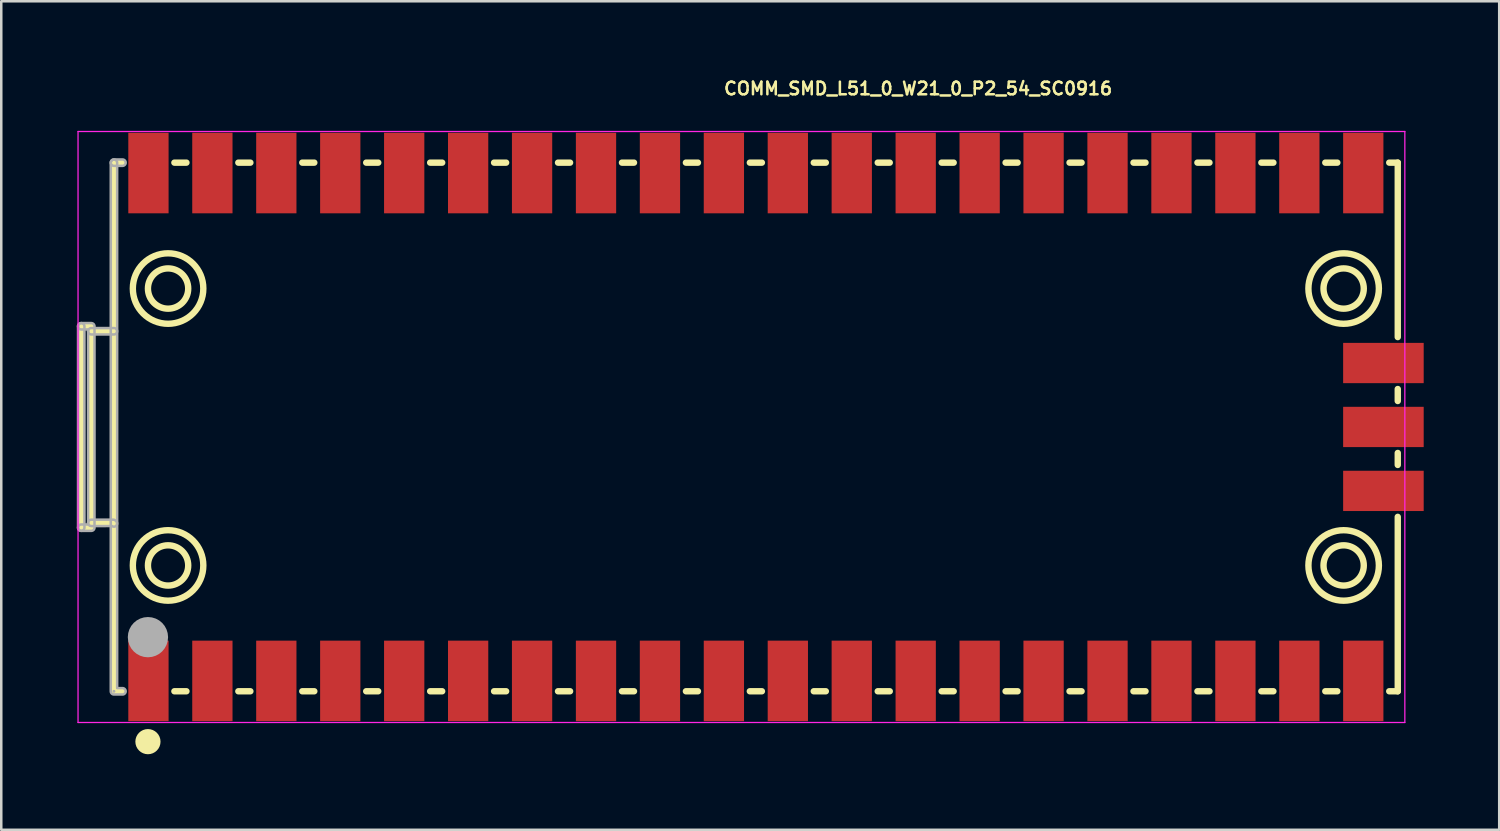
<source format=kicad_pcb>
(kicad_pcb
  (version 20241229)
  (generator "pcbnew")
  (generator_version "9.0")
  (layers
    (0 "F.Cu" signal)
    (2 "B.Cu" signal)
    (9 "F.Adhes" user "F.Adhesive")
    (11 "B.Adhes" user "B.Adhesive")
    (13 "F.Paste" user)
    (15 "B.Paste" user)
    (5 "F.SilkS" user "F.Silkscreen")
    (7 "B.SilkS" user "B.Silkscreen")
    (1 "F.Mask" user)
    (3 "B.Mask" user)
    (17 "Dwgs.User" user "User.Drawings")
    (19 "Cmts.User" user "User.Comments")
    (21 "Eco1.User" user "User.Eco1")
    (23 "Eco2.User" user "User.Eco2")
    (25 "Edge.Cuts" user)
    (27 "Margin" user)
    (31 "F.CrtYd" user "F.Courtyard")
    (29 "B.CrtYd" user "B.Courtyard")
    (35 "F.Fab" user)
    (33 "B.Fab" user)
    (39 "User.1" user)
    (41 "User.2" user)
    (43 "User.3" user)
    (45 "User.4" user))
  (footprint "COMM_SMD_L51_0_W21_0_P2_54_SC0916"
    (layer "F.Cu")
    (at 26.404 13.912)
    (property "Reference" "COMM_SMD_L51_0_W21_0_P2_54_SC0916" (at -0.75 -13.444 0) (layer "F.SilkS") (effects (font (size 0.5 0.5) (thickness 0.1)) (justify left)))
    (fp_line (start -26.227 -3.999) (end -26.227 4) (stroke (width 0.254) (type solid)) (layer "F.SilkS"))
    (fp_line (start -26.227 -3.999) (end -25.827 -3.999) (stroke (width 0.254) (type solid)) (layer "F.SilkS"))
    (fp_line (start -25.827 -3.999) (end -25.827 4) (stroke (width 0.254) (type solid)) (layer "F.SilkS"))
    (fp_line (start -25.827 -3.803) (end -24.927 -3.803) (stroke (width 0.254) (type solid)) (layer "F.SilkS"))
    (fp_line (start -25.827 3.808) (end -24.953 3.808) (stroke (width 0.254) (type solid)) (layer "F.SilkS"))
    (fp_line (start -25.827 4) (end -26.227 4) (stroke (width 0.254) (type solid)) (layer "F.SilkS"))
    (fp_line (start -24.953 3.808) (end -24.927 3.834) (stroke (width 0.254) (type solid)) (layer "F.SilkS"))
    (fp_line (start -24.927 -10.501) (end -24.927 10.499) (stroke (width 0.254) (type solid)) (layer "F.SilkS"))
    (fp_line (start -24.927 10.499) (end -24.588 10.499) (stroke (width 0.254) (type solid)) (layer "F.SilkS"))
    (fp_line (start -24.588 -10.501) (end -24.927 -10.501) (stroke (width 0.254) (type solid)) (layer "F.SilkS"))
    (fp_line (start -22.526 10.499) (end -22.048 10.499) (stroke (width 0.254) (type solid)) (layer "F.SilkS"))
    (fp_line (start -22.048 -10.501) (end -22.526 -10.501) (stroke (width 0.254) (type solid)) (layer "F.SilkS"))
    (fp_line (start -19.986 10.499) (end -19.508 10.499) (stroke (width 0.254) (type solid)) (layer "F.SilkS"))
    (fp_line (start -19.508 -10.501) (end -19.986 -10.501) (stroke (width 0.254) (type solid)) (layer "F.SilkS"))
    (fp_line (start -17.446 10.499) (end -16.968 10.499) (stroke (width 0.254) (type solid)) (layer "F.SilkS"))
    (fp_line (start -16.968 -10.501) (end -17.446 -10.501) (stroke (width 0.254) (type solid)) (layer "F.SilkS"))
    (fp_line (start -14.906 10.499) (end -14.428 10.499) (stroke (width 0.254) (type solid)) (layer "F.SilkS"))
    (fp_line (start -14.428 -10.501) (end -14.906 -10.501) (stroke (width 0.254) (type solid)) (layer "F.SilkS"))
    (fp_line (start -12.366 10.499) (end -11.888 10.499) (stroke (width 0.254) (type solid)) (layer "F.SilkS"))
    (fp_line (start -11.888 -10.501) (end -12.366 -10.501) (stroke (width 0.254) (type solid)) (layer "F.SilkS"))
    (fp_line (start -9.826 10.499) (end -9.348 10.499) (stroke (width 0.254) (type solid)) (layer "F.SilkS"))
    (fp_line (start -9.348 -10.501) (end -9.826 -10.501) (stroke (width 0.254) (type solid)) (layer "F.SilkS"))
    (fp_line (start -7.286 10.499) (end -6.808 10.499) (stroke (width 0.254) (type solid)) (layer "F.SilkS"))
    (fp_line (start -6.808 -10.501) (end -7.286 -10.501) (stroke (width 0.254) (type solid)) (layer "F.SilkS"))
    (fp_line (start -4.746 10.499) (end -4.268 10.499) (stroke (width 0.254) (type solid)) (layer "F.SilkS"))
    (fp_line (start -4.268 -10.501) (end -4.746 -10.501) (stroke (width 0.254) (type solid)) (layer "F.SilkS"))
    (fp_line (start -2.206 10.499) (end -1.728 10.499) (stroke (width 0.254) (type solid)) (layer "F.SilkS"))
    (fp_line (start -1.728 -10.501) (end -2.206 -10.501) (stroke (width 0.254) (type solid)) (layer "F.SilkS"))
    (fp_line (start 0.334 10.499) (end 0.812 10.499) (stroke (width 0.254) (type solid)) (layer "F.SilkS"))
    (fp_line (start 0.812 -10.501) (end 0.334 -10.501) (stroke (width 0.254) (type solid)) (layer "F.SilkS"))
    (fp_line (start 2.874 10.499) (end 3.352 10.499) (stroke (width 0.254) (type solid)) (layer "F.SilkS"))
    (fp_line (start 3.352 -10.501) (end 2.874 -10.501) (stroke (width 0.254) (type solid)) (layer "F.SilkS"))
    (fp_line (start 5.414 10.499) (end 5.892 10.499) (stroke (width 0.254) (type solid)) (layer "F.SilkS"))
    (fp_line (start 5.892 -10.501) (end 5.414 -10.501) (stroke (width 0.254) (type solid)) (layer "F.SilkS"))
    (fp_line (start 7.954 10.499) (end 8.432 10.499) (stroke (width 0.254) (type solid)) (layer "F.SilkS"))
    (fp_line (start 8.432 -10.501) (end 7.954 -10.501) (stroke (width 0.254) (type solid)) (layer "F.SilkS"))
    (fp_line (start 10.494 10.499) (end 10.972 10.499) (stroke (width 0.254) (type solid)) (layer "F.SilkS"))
    (fp_line (start 10.972 -10.501) (end 10.494 -10.501) (stroke (width 0.254) (type solid)) (layer "F.SilkS"))
    (fp_line (start 13.034 10.499) (end 13.512 10.499) (stroke (width 0.254) (type solid)) (layer "F.SilkS"))
    (fp_line (start 13.512 -10.501) (end 13.034 -10.501) (stroke (width 0.254) (type solid)) (layer "F.SilkS"))
    (fp_line (start 15.574 10.499) (end 16.052 10.499) (stroke (width 0.254) (type solid)) (layer "F.SilkS"))
    (fp_line (start 16.052 -10.501) (end 15.574 -10.501) (stroke (width 0.254) (type solid)) (layer "F.SilkS"))
    (fp_line (start 18.114 10.499) (end 18.592 10.499) (stroke (width 0.254) (type solid)) (layer "F.SilkS"))
    (fp_line (start 18.592 -10.501) (end 18.114 -10.501) (stroke (width 0.254) (type solid)) (layer "F.SilkS"))
    (fp_line (start 20.654 10.499) (end 21.132 10.499) (stroke (width 0.254) (type solid)) (layer "F.SilkS"))
    (fp_line (start 21.132 -10.501) (end 20.654 -10.501) (stroke (width 0.254) (type solid)) (layer "F.SilkS"))
    (fp_line (start 23.194 10.499) (end 23.672 10.499) (stroke (width 0.254) (type solid)) (layer "F.SilkS"))
    (fp_line (start 23.672 -10.501) (end 23.194 -10.501) (stroke (width 0.254) (type solid)) (layer "F.SilkS"))
    (fp_line (start 25.734 10.499) (end 26.073 10.499) (stroke (width 0.254) (type solid)) (layer "F.SilkS"))
    (fp_line (start 26.073 -10.501) (end 25.734 -10.501) (stroke (width 0.254) (type solid)) (layer "F.SilkS"))
    (fp_line (start 26.073 -3.571) (end 26.073 -10.501) (stroke (width 0.254) (type solid)) (layer "F.SilkS"))
    (fp_line (start 26.073 -1.032) (end 26.073 -1.508) (stroke (width 0.254) (type solid)) (layer "F.SilkS"))
    (fp_line (start 26.073 1.508) (end 26.073 1.032) (stroke (width 0.254) (type solid)) (layer "F.SilkS"))
    (fp_line (start 26.073 10.499) (end 26.073 3.571) (stroke (width 0.254) (type solid)) (layer "F.SilkS"))
    (fp_arc (start -23.327 12.5005) (mid -23.827 12.5005) (end -23.327 12.5005) (stroke (width 0.5) (type solid)) (layer "F.SilkS"))
    (fp_arc (start -21.977 -5.4995) (mid -23.577 -5.4995) (end -21.977 -5.4995) (stroke (width 0.254) (type solid)) (layer "F.SilkS"))
    (fp_arc (start -21.977 5.5005) (mid -23.577 5.5005) (end -21.977 5.5005) (stroke (width 0.254) (type solid)) (layer "F.SilkS"))
    (fp_arc (start -21.377 -5.4995) (mid -24.177 -5.4995) (end -21.377 -5.4995) (stroke (width 0.254) (type solid)) (layer "F.SilkS"))
    (fp_arc (start -21.377 5.5005) (mid -24.177 5.5005) (end -21.377 5.5005) (stroke (width 0.254) (type solid)) (layer "F.SilkS"))
    (fp_arc (start 24.723 -5.4995) (mid 23.123 -5.4995) (end 24.723 -5.4995) (stroke (width 0.254) (type solid)) (layer "F.SilkS"))
    (fp_arc (start 24.723 5.5005) (mid 23.123 5.5005) (end 24.723 5.5005) (stroke (width 0.254) (type solid)) (layer "F.SilkS"))
    (fp_arc (start 25.323 -5.4995) (mid 22.523 -5.4995) (end 25.323 -5.4995) (stroke (width 0.254) (type solid)) (layer "F.SilkS"))
    (fp_arc (start 25.323 5.5005) (mid 22.523 5.5005) (end 25.323 5.5005) (stroke (width 0.254) (type solid)) (layer "F.SilkS"))
    (fp_line (start -26.354 -11.739) (end -26.354 11.739) (stroke (width 0.05) (type solid)) (layer "F.CrtYd"))
    (fp_line (start -26.354 11.739) (end 26.354 11.739) (stroke (width 0.05) (type solid)) (layer "F.CrtYd"))
    (fp_line (start 26.354 -11.739) (end -26.354 -11.739) (stroke (width 0.05) (type solid)) (layer "F.CrtYd"))
    (fp_line (start 26.354 11.739) (end 26.354 -11.739) (stroke (width 0.05) (type solid)) (layer "F.CrtYd"))
    (fp_arc (start -24.897 10.4995) (mid -24.957 10.4995) (end -24.897 10.4995) (stroke (width 0.06) (type solid)) (layer "F.Fab"))
    (fp_arc (start -23.177 8.3495) (mid -23.977 8.3495) (end -23.177 8.3495) (stroke (width 0.8) (type solid)) (layer "F.Fab"))
    (fp_poly (pts (xy -26.1 3.999) (xy -26.103 4.026) (xy -26.111 4.051) (xy -26.124 4.074) (xy -26.142 4.094) (xy -26.163 4.109) (xy -26.188 4.12) (xy -26.214 4.126) (xy -26.24 4.126) (xy -26.266 4.12) (xy -26.291 4.109) (xy -26.312 4.094) (xy -26.33 4.074) (xy -26.343 4.051) (xy -26.351 4.026) (xy -26.354 3.999) (xy -26.354 -4) (xy -26.351 -4.027) (xy -26.343 -4.052) (xy -26.33 -4.075) (xy -26.312 -4.095) (xy -26.291 -4.11) (xy -26.266 -4.121) (xy -26.24 -4.127) (xy -26.214 -4.127) (xy -26.188 -4.121) (xy -26.163 -4.11) (xy -26.142 -4.095) (xy -26.124 -4.075) (xy -26.111 -4.052) (xy -26.103 -4.027) (xy -26.1 -4)) (stroke (width 0.1) (type solid)) (fill no) (layer "F.Fab"))
    (fp_poly (pts (xy -24.927 -10.373) (xy -24.953 -10.376) (xy -24.979 -10.384) (xy -25.002 -10.398) (xy -25.021 -10.416) (xy -25.037 -10.437) (xy -25.048 -10.461) (xy -25.053 -10.487) (xy -25.053 -10.514) (xy -25.048 -10.54) (xy -25.037 -10.564) (xy -25.021 -10.585) (xy -25.002 -10.603) (xy -24.979 -10.617) (xy -24.953 -10.625) (xy -24.927 -10.627) (xy -24.588 -10.627) (xy -24.562 -10.625) (xy -24.536 -10.617) (xy -24.513 -10.603) (xy -24.494 -10.585) (xy -24.478 -10.564) (xy -24.467 -10.54) (xy -24.462 -10.514) (xy -24.462 -10.487) (xy -24.467 -10.461) (xy -24.478 -10.437) (xy -24.494 -10.416) (xy -24.513 -10.398) (xy -24.536 -10.384) (xy -24.562 -10.376) (xy -24.588 -10.373)) (stroke (width 0.1) (type solid)) (fill no) (layer "F.Fab"))
    (fp_poly (pts (xy -24.927 -3.929) (xy -24.901 -3.927) (xy -24.875 -3.919) (xy -24.852 -3.905) (xy -24.833 -3.887) (xy -24.817 -3.866) (xy -24.806 -3.842) (xy -24.801 -3.816) (xy -24.801 -3.789) (xy -24.806 -3.763) (xy -24.817 -3.739) (xy -24.833 -3.718) (xy -24.852 -3.7) (xy -24.875 -3.686) (xy -24.901 -3.678) (xy -24.927 -3.675) (xy -25.827 -3.675) (xy -25.853 -3.678) (xy -25.879 -3.686) (xy -25.902 -3.7) (xy -25.921 -3.718) (xy -25.937 -3.739) (xy -25.948 -3.763) (xy -25.953 -3.789) (xy -25.953 -3.816) (xy -25.948 -3.842) (xy -25.937 -3.866) (xy -25.921 -3.887) (xy -25.902 -3.905) (xy -25.879 -3.919) (xy -25.853 -3.927) (xy -25.827 -3.929)) (stroke (width 0.1) (type solid)) (fill no) (layer "F.Fab"))
    (fp_poly (pts (xy -24.927 3.961) (xy -24.954 3.958) (xy -24.98 3.949) (xy -25.003 3.935) (xy -25.827 3.936) (xy -25.855 3.932) (xy -25.882 3.923) (xy -25.906 3.908) (xy -25.926 3.888) (xy -25.941 3.864) (xy -25.951 3.837) (xy -25.954 3.808) (xy -25.951 3.78) (xy -25.941 3.753) (xy -25.926 3.729) (xy -25.906 3.709) (xy -25.882 3.694) (xy -25.855 3.685) (xy -25.827 3.682) (xy -24.953 3.682) (xy -24.92 3.686) (xy -24.89 3.699) (xy -24.863 3.719) (xy -24.837 3.744) (xy -24.821 3.763) (xy -24.81 3.785) (xy -24.802 3.809) (xy -24.8 3.833) (xy -24.8 3.833) (xy -24.802 3.858) (xy -24.81 3.882) (xy -24.821 3.904) (xy -24.837 3.923) (xy -24.856 3.939) (xy -24.878 3.951) (xy -24.902 3.958) (xy -24.927 3.961)) (stroke (width 0.1) (type solid)) (fill no) (layer "F.Fab"))
    (fp_poly (pts (xy -24.8 10.373) (xy -24.588 10.373) (xy -24.562 10.376) (xy -24.536 10.384) (xy -24.513 10.398) (xy -24.494 10.416) (xy -24.478 10.437) (xy -24.467 10.461) (xy -24.462 10.487) (xy -24.462 10.514) (xy -24.467 10.54) (xy -24.478 10.564) (xy -24.494 10.585) (xy -24.513 10.603) (xy -24.536 10.617) (xy -24.562 10.625) (xy -24.588 10.627) (xy -24.927 10.627) (xy -24.955 10.624) (xy -24.982 10.615) (xy -25.006 10.6) (xy -25.026 10.58) (xy -25.041 10.556) (xy -25.051 10.529) (xy -25.054 10.501) (xy -25.054 -10.499) (xy -25.051 -10.526) (xy -25.043 -10.551) (xy -25.03 -10.574) (xy -25.012 -10.594) (xy -24.991 -10.609) (xy -24.966 -10.62) (xy -24.94 -10.626) (xy -24.914 -10.626) (xy -24.888 -10.62) (xy -24.863 -10.609) (xy -24.842 -10.594) (xy -24.824 -10.574) (xy -24.811 -10.551) (xy -24.803 -10.526) (xy -24.8 -10.499)) (stroke (width 0.1) (type solid)) (fill no) (layer "F.Fab"))
    (fp_poly (pts (xy -25.827 -4.128) (xy -25.799 -4.124) (xy -25.772 -4.115) (xy -25.748 -4.1) (xy -25.728 -4.08) (xy -25.713 -4.056) (xy -25.703 -4.029) (xy -25.7 -4) (xy -25.7 3.999) (xy -25.703 4.028) (xy -25.713 4.055) (xy -25.728 4.079) (xy -25.748 4.099) (xy -25.772 4.114) (xy -25.799 4.123) (xy -25.827 4.127) (xy -26.227 4.127) (xy -26.253 4.124) (xy -26.279 4.116) (xy -26.302 4.102) (xy -26.321 4.084) (xy -26.337 4.063) (xy -26.348 4.039) (xy -26.353 4.013) (xy -26.353 3.986) (xy -26.348 3.96) (xy -26.337 3.936) (xy -26.321 3.915) (xy -26.302 3.897) (xy -26.279 3.883) (xy -26.253 3.875) (xy -26.227 3.873) (xy -25.954 3.873) (xy -25.954 -3.873) (xy -26.227 -3.873) (xy -26.253 -3.876) (xy -26.279 -3.884) (xy -26.302 -3.898) (xy -26.321 -3.916) (xy -26.337 -3.937) (xy -26.348 -3.961) (xy -26.353 -3.987) (xy -26.353 -4.014) (xy -26.348 -4.04) (xy -26.337 -4.064) (xy -26.321 -4.085) (xy -26.302 -4.103) (xy -26.279 -4.117) (xy -26.253 -4.125) (xy -26.227 -4.128)) (stroke (width 0.1) (type solid)) (fill no) (layer "F.Fab"))
    (pad "1" smd rect (at -23.557 10.088) (size 1.6 3.2) (layers "F.Cu" "F.Mask" "F.Paste"))
    (pad "2" smd rect (at -21.017 10.088) (size 1.6 3.2) (layers "F.Cu" "F.Mask" "F.Paste"))
    (pad "3" smd rect (at -18.477 10.088) (size 1.6 3.2) (layers "F.Cu" "F.Mask" "F.Paste"))
    (pad "4" smd rect (at -15.937 10.088) (size 1.6 3.2) (layers "F.Cu" "F.Mask" "F.Paste"))
    (pad "5" smd rect (at -13.397 10.088) (size 1.6 3.2) (layers "F.Cu" "F.Mask" "F.Paste"))
    (pad "6" smd rect (at -10.857 10.088) (size 1.6 3.2) (layers "F.Cu" "F.Mask" "F.Paste"))
    (pad "7" smd rect (at -8.317 10.088) (size 1.6 3.2) (layers "F.Cu" "F.Mask" "F.Paste"))
    (pad "8" smd rect (at -5.777 10.088) (size 1.6 3.2) (layers "F.Cu" "F.Mask" "F.Paste"))
    (pad "9" smd rect (at -3.237 10.088) (size 1.6 3.2) (layers "F.Cu" "F.Mask" "F.Paste"))
    (pad "10" smd rect (at -0.697 10.088) (size 1.6 3.2) (layers "F.Cu" "F.Mask" "F.Paste"))
    (pad "11" smd rect (at 1.843 10.088) (size 1.6 3.2) (layers "F.Cu" "F.Mask" "F.Paste"))
    (pad "12" smd rect (at 4.383 10.088) (size 1.6 3.2) (layers "F.Cu" "F.Mask" "F.Paste"))
    (pad "13" smd rect (at 6.923 10.088) (size 1.6 3.2) (layers "F.Cu" "F.Mask" "F.Paste"))
    (pad "14" smd rect (at 9.463 10.088) (size 1.6 3.2) (layers "F.Cu" "F.Mask" "F.Paste"))
    (pad "15" smd rect (at 12.003 10.088) (size 1.6 3.2) (layers "F.Cu" "F.Mask" "F.Paste"))
    (pad "16" smd rect (at 14.543 10.088) (size 1.6 3.2) (layers "F.Cu" "F.Mask" "F.Paste"))
    (pad "17" smd rect (at 17.083 10.088) (size 1.6 3.2) (layers "F.Cu" "F.Mask" "F.Paste"))
    (pad "18" smd rect (at 19.623 10.088) (size 1.6 3.2) (layers "F.Cu" "F.Mask" "F.Paste"))
    (pad "19" smd rect (at 22.163 10.088) (size 1.6 3.2) (layers "F.Cu" "F.Mask" "F.Paste"))
    (pad "20" smd rect (at 24.703 10.088) (size 1.6 3.2) (layers "F.Cu" "F.Mask" "F.Paste"))
    (pad "21" smd rect (at 24.703 -10.088) (size 1.6 3.2) (layers "F.Cu" "F.Mask" "F.Paste"))
    (pad "22" smd rect (at 22.163 -10.088) (size 1.6 3.2) (layers "F.Cu" "F.Mask" "F.Paste"))
    (pad "23" smd rect (at 19.623 -10.088) (size 1.6 3.2) (layers "F.Cu" "F.Mask" "F.Paste"))
    (pad "24" smd rect (at 17.083 -10.088) (size 1.6 3.2) (layers "F.Cu" "F.Mask" "F.Paste"))
    (pad "25" smd rect (at 14.543 -10.088) (size 1.6 3.2) (layers "F.Cu" "F.Mask" "F.Paste"))
    (pad "26" smd rect (at 12.003 -10.088) (size 1.6 3.2) (layers "F.Cu" "F.Mask" "F.Paste"))
    (pad "27" smd rect (at 9.463 -10.088) (size 1.6 3.2) (layers "F.Cu" "F.Mask" "F.Paste"))
    (pad "28" smd rect (at 6.923 -10.088) (size 1.6 3.2) (layers "F.Cu" "F.Mask" "F.Paste"))
    (pad "29" smd rect (at 4.383 -10.088) (size 1.6 3.2) (layers "F.Cu" "F.Mask" "F.Paste"))
    (pad "30" smd rect (at 1.843 -10.088) (size 1.6 3.2) (layers "F.Cu" "F.Mask" "F.Paste"))
    (pad "31" smd rect (at -0.697 -10.088) (size 1.6 3.2) (layers "F.Cu" "F.Mask" "F.Paste"))
    (pad "32" smd rect (at -3.237 -10.088) (size 1.6 3.2) (layers "F.Cu" "F.Mask" "F.Paste"))
    (pad "33" smd rect (at -5.777 -10.088) (size 1.6 3.2) (layers "F.Cu" "F.Mask" "F.Paste"))
    (pad "34" smd rect (at -8.317 -10.088) (size 1.6 3.2) (layers "F.Cu" "F.Mask" "F.Paste"))
    (pad "35" smd rect (at -10.857 -10.088) (size 1.6 3.2) (layers "F.Cu" "F.Mask" "F.Paste"))
    (pad "36" smd rect (at -13.397 -10.088) (size 1.6 3.2) (layers "F.Cu" "F.Mask" "F.Paste"))
    (pad "37" smd rect (at -15.937 -10.088) (size 1.6 3.2) (layers "F.Cu" "F.Mask" "F.Paste"))
    (pad "38" smd rect (at -18.477 -10.088) (size 1.6 3.2) (layers "F.Cu" "F.Mask" "F.Paste"))
    (pad "39" smd rect (at -21.017 -10.088) (size 1.6 3.2) (layers "F.Cu" "F.Mask" "F.Paste"))
    (pad "40" smd rect (at -23.557 -10.088) (size 1.6 3.2) (layers "F.Cu" "F.Mask" "F.Paste"))
    (pad "41" smd rect (at 25.503 2.539 90) (size 1.6 3.2) (layers "F.Cu" "F.Mask" "F.Paste"))
    (pad "42" smd rect (at 25.503 -0.001 90) (size 1.6 3.2) (layers "F.Cu" "F.Mask" "F.Paste"))
    (pad "43" smd rect (at 25.503 -2.541 90) (size 1.6 3.2) (layers "F.Cu" "F.Mask" "F.Paste")))
  (gr_rect
    (start -3 -3)
    (end 56.507 29.913)
    (stroke (width 0.1) (type default))
    (fill no)
    (layer "Edge.Cuts")))
</source>
